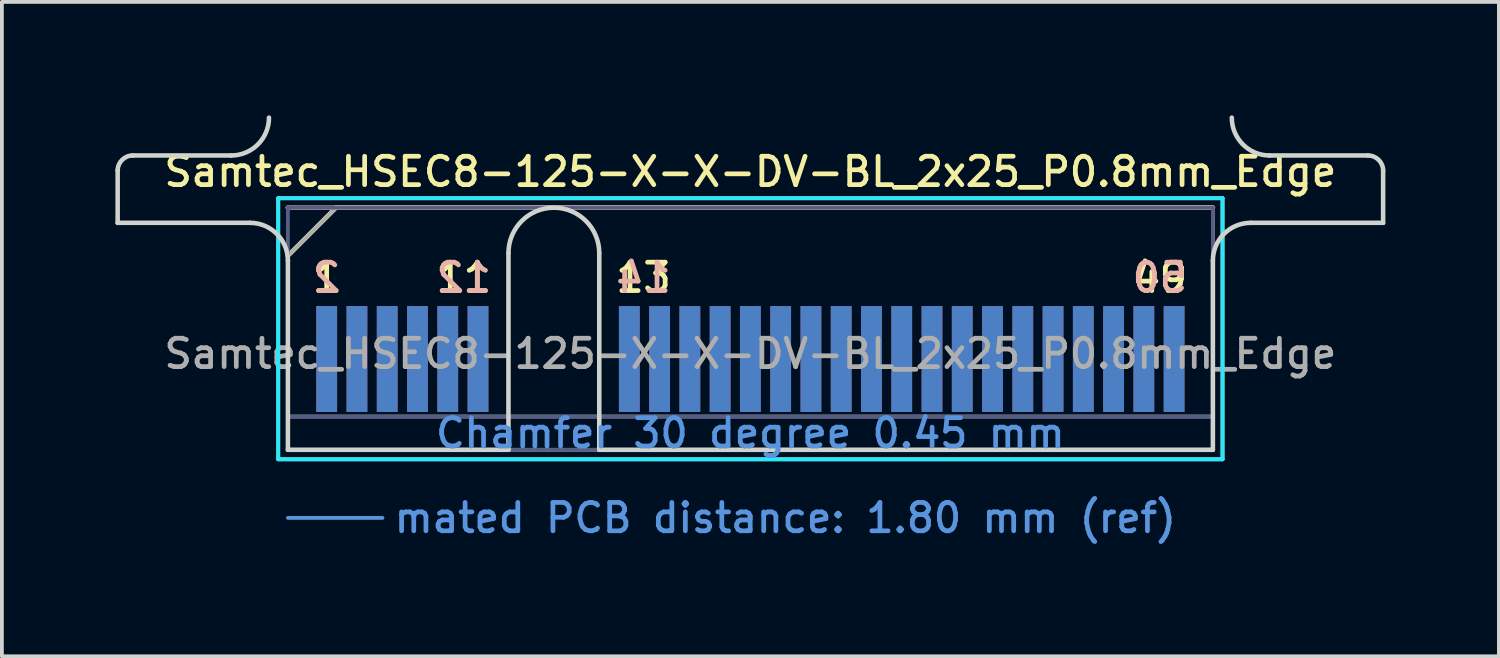
<source format=kicad_pcb>
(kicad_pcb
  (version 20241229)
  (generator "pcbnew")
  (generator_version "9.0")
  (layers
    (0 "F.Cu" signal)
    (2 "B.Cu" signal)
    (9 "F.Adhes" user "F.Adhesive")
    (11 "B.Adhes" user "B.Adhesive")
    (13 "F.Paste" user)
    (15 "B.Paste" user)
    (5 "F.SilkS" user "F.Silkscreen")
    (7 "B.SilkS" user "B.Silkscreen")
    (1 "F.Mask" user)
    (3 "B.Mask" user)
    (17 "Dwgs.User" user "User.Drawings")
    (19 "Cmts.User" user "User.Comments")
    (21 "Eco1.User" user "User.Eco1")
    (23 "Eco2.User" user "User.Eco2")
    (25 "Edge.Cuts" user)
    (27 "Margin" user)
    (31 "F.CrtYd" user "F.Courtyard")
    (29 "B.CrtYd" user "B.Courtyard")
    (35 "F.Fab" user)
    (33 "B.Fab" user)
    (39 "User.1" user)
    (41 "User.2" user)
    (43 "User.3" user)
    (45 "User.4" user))
  (footprint "Samtec_HSEC8-125-X-X-DV-BL_2x25_P0.8mm_Edge"
    (layer "F.Cu")
    (at 16.785 8.84)
    (property "Reference" "Samtec_HSEC8-125-X-X-DV-BL_2x25_P0.8mm_Edge" (at 0 -7.35 0) (layer "F.SilkS") (effects (font (size 0.75 0.75) (thickness 0.125))))
    (attr exclude_from_pos_files exclude_from_bom)
    (fp_line (start -12.48 -6.65) (end -12.48 0.25) (stroke (width 0.1) (type solid)) (layer "F.SilkS"))
    (fp_line (start -12.48 0.25) (end 12.48 0.25) (stroke (width 0.1) (type solid)) (layer "F.SilkS"))
    (fp_line (start -12.225 -5.13) (end -10.955 -6.4) (stroke (width 0.12) (type solid)) (layer "F.SilkS"))
    (fp_line (start -10.955 -6.4) (end 12.225 -6.4) (stroke (width 0.12) (type solid)) (layer "F.SilkS"))
    (fp_line (start 12.48 -6.65) (end -12.48 -6.65) (stroke (width 0.1) (type solid)) (layer "F.SilkS"))
    (fp_line (start 12.48 0.25) (end 12.48 -6.65) (stroke (width 0.1) (type solid)) (layer "F.SilkS"))
    (fp_line (start -12.225 -6.4) (end -12.225 -6.4) (stroke (width 0.12) (type solid)) (layer "B.SilkS"))
    (fp_line (start -12.225 -6.4) (end 12.225 -6.4) (stroke (width 0.12) (type solid)) (layer "B.SilkS"))
    (fp_line (start -12.225 1.8) (end -9.725 1.8) (stroke (width 0.1) (type solid)) (layer "Cmts.User"))
    (fp_line (start -16.725 -6) (end -16.725 -7.38) (stroke (width 0.12) (type solid)) (layer "Edge.Cuts"))
    (fp_line (start -16.325 -7.78) (end -13.725 -7.78) (stroke (width 0.12) (type solid)) (layer "Edge.Cuts"))
    (fp_line (start -13.225 -6) (end -16.725 -6) (stroke (width 0.12) (type solid)) (layer "Edge.Cuts"))
    (fp_line (start -12.225 -5) (end -12.225 0) (stroke (width 0.12) (type solid)) (layer "Edge.Cuts"))
    (fp_line (start -12.225 0) (end -6.395 0) (stroke (width 0.12) (type solid)) (layer "Edge.Cuts"))
    (fp_line (start -6.395 0) (end -6.395 -5.2) (stroke (width 0.12) (type solid)) (layer "Edge.Cuts"))
    (fp_line (start -3.995 -5.2) (end -3.995 0) (stroke (width 0.12) (type solid)) (layer "Edge.Cuts"))
    (fp_line (start -3.995 0) (end 12.225 0) (stroke (width 0.12) (type solid)) (layer "Edge.Cuts"))
    (fp_line (start 12.225 0) (end 12.225 -5) (stroke (width 0.12) (type solid)) (layer "Edge.Cuts"))
    (fp_line (start 13.225 -6) (end 16.725 -6) (stroke (width 0.12) (type solid)) (layer "Edge.Cuts"))
    (fp_line (start 16.325 -7.78) (end 13.725 -7.78) (stroke (width 0.12) (type solid)) (layer "Edge.Cuts"))
    (fp_line (start 16.725 -6) (end 16.725 -7.38) (stroke (width 0.12) (type solid)) (layer "Edge.Cuts"))
    (fp_arc (start -16.725 -7.38) (mid -16.607843 -7.662843) (end -16.325 -7.78) (stroke (width 0.12) (type solid)) (layer "Edge.Cuts"))
    (fp_arc (start -13.225 -6) (mid -12.517893 -5.707107) (end -12.225 -5) (stroke (width 0.12) (type solid)) (layer "Edge.Cuts"))
    (fp_arc (start -12.725 -8.78) (mid -13.017893 -8.072893) (end -13.725 -7.78) (stroke (width 0.12) (type solid)) (layer "Edge.Cuts"))
    (fp_arc (start -6.395 -5.2) (mid -5.195 -6.4) (end -3.995 -5.2) (stroke (width 0.12) (type solid)) (layer "Edge.Cuts"))
    (fp_arc (start 12.225 -5) (mid 12.517893 -5.707107) (end 13.225 -6) (stroke (width 0.12) (type solid)) (layer "Edge.Cuts"))
    (fp_arc (start 13.725 -7.78) (mid 13.017893 -8.072893) (end 12.725 -8.78) (stroke (width 0.12) (type solid)) (layer "Edge.Cuts"))
    (fp_arc (start 16.325 -7.78) (mid 16.607843 -7.662843) (end 16.725 -7.38) (stroke (width 0.12) (type solid)) (layer "Edge.Cuts"))
    (fp_line (start -12.48 -6.65) (end -12.48 0.25) (stroke (width 0.1) (type solid)) (layer "B.CrtYd"))
    (fp_line (start -12.48 0.25) (end 12.48 0.25) (stroke (width 0.1) (type solid)) (layer "B.CrtYd"))
    (fp_line (start 12.48 -6.65) (end -12.48 -6.65) (stroke (width 0.1) (type solid)) (layer "B.CrtYd"))
    (fp_line (start 12.48 0.25) (end 12.48 -6.65) (stroke (width 0.1) (type solid)) (layer "B.CrtYd"))
    (fp_line (start -12.225 -6.4) (end -12.225 -6.4) (stroke (width 0.1) (type solid)) (layer "B.Fab"))
    (fp_line (start -12.225 -6.4) (end -12.225 0) (stroke (width 0.1) (type solid)) (layer "B.Fab"))
    (fp_line (start -12.225 -6.4) (end 12.225 -6.4) (stroke (width 0.1) (type solid)) (layer "B.Fab"))
    (fp_line (start -12.225 -0.88) (end 12.225 -0.88) (stroke (width 0.1) (type solid)) (layer "B.Fab"))
    (fp_line (start -12.225 0) (end 12.225 0) (stroke (width 0.1) (type solid)) (layer "B.Fab"))
    (fp_line (start 12.225 -6.4) (end 12.225 0) (stroke (width 0.1) (type solid)) (layer "B.Fab"))
    (fp_line (start -12.225 -5.13) (end -12.225 0) (stroke (width 0.1) (type solid)) (layer "F.Fab"))
    (fp_line (start -12.225 -5.13) (end -10.955 -6.4) (stroke (width 0.1) (type solid)) (layer "F.Fab"))
    (fp_line (start -12.225 -0.88) (end 12.225 -0.88) (stroke (width 0.1) (type solid)) (layer "F.Fab"))
    (fp_line (start -12.225 0) (end 12.225 0) (stroke (width 0.1) (type solid)) (layer "F.Fab"))
    (fp_line (start -10.955 -6.4) (end 12.225 -6.4) (stroke (width 0.1) (type solid)) (layer "F.Fab"))
    (fp_line (start 12.225 -6.4) (end 12.225 0) (stroke (width 0.1) (type solid)) (layer "F.Fab"))
    (fp_text user "13" (at -2.825 -4.55 0) (layer "F.SilkS") (effects (font (size 0.75 0.75) (thickness 0.125))))
    (fp_text user "1" (at -11.2 -4.55 0) (layer "F.SilkS") (effects (font (size 0.75 0.75) (thickness 0.125))))
    (fp_text user "49" (at 10.825 -4.55 0) (layer "F.SilkS") (effects (font (size 0.75 0.75) (thickness 0.125))))
    (fp_text user "11" (at -7.575 -4.55 0) (layer "F.SilkS") (effects (font (size 0.75 0.75) (thickness 0.125))))
    (fp_text user "14" (at -2.825 -4.55 0) (layer "B.SilkS") (effects (font (size 0.75 0.75) (thickness 0.125)) (justify mirror)))
    (fp_text user "12" (at -7.575 -4.55 0) (layer "B.SilkS") (effects (font (size 0.75 0.75) (thickness 0.125)) (justify mirror)))
    (fp_text user "50" (at 10.825 -4.55 0) (layer "B.SilkS") (effects (font (size 0.75 0.75) (thickness 0.125)) (justify mirror)))
    (fp_text user "2" (at -11.2 -4.55 0) (layer "B.SilkS") (effects (font (size 0.75 0.75) (thickness 0.125)) (justify mirror)))
    (fp_text user "mated PCB distance: 1.80 mm (ref)" (at -9.48 1.8 0) (layer "Cmts.User") (effects (font (size 0.75 0.75) (thickness 0.125)) (justify left)))
    (fp_text user "Chamfer 30 degree 0.45 mm" (at 0 -0.44 0) (layer "Cmts.User") (effects (font (size 0.75 0.75) (thickness 0.125))))
    (fp_text user "${REFERENCE}" (at 0 -2.54 0) (layer "F.Fab") (effects (font (size 0.75 0.75) (thickness 0.125))))
    (pad "1" connect rect (at -11.2 -2.4) (size 0.55 2.8) (layers "F.Cu" "F.Mask"))
    (pad "2" connect rect (at -11.2 -2.4) (size 0.55 2.8) (layers "B.Cu" "B.Mask"))
    (pad "3" connect rect (at -10.4 -2.4) (size 0.55 2.8) (layers "F.Cu" "F.Mask"))
    (pad "4" connect rect (at -10.4 -2.4) (size 0.55 2.8) (layers "B.Cu" "B.Mask"))
    (pad "5" connect rect (at -9.6 -2.4) (size 0.55 2.8) (layers "F.Cu" "F.Mask"))
    (pad "6" connect rect (at -9.6 -2.4) (size 0.55 2.8) (layers "B.Cu" "B.Mask"))
    (pad "7" connect rect (at -8.8 -2.4) (size 0.55 2.8) (layers "F.Cu" "F.Mask"))
    (pad "8" connect rect (at -8.8 -2.4) (size 0.55 2.8) (layers "B.Cu" "B.Mask"))
    (pad "9" connect rect (at -8 -2.4) (size 0.55 2.8) (layers "F.Cu" "F.Mask"))
    (pad "10" connect rect (at -8 -2.4) (size 0.55 2.8) (layers "B.Cu" "B.Mask"))
    (pad "11" connect rect (at -7.2 -2.4) (size 0.55 2.8) (layers "F.Cu" "F.Mask"))
    (pad "12" connect rect (at -7.2 -2.4) (size 0.55 2.8) (layers "B.Cu" "B.Mask"))
    (pad "13" connect rect (at -3.2 -2.4) (size 0.55 2.8) (layers "F.Cu" "F.Mask"))
    (pad "14" connect rect (at -3.2 -2.4) (size 0.55 2.8) (layers "B.Cu" "B.Mask"))
    (pad "15" connect rect (at -2.4 -2.4) (size 0.55 2.8) (layers "F.Cu" "F.Mask"))
    (pad "16" connect rect (at -2.4 -2.4) (size 0.55 2.8) (layers "B.Cu" "B.Mask"))
    (pad "17" connect rect (at -1.6 -2.4) (size 0.55 2.8) (layers "F.Cu" "F.Mask"))
    (pad "18" connect rect (at -1.6 -2.4) (size 0.55 2.8) (layers "B.Cu" "B.Mask"))
    (pad "19" connect rect (at -0.8 -2.4) (size 0.55 2.8) (layers "F.Cu" "F.Mask"))
    (pad "20" connect rect (at -0.8 -2.4) (size 0.55 2.8) (layers "B.Cu" "B.Mask"))
    (pad "21" connect rect (at 0 -2.4) (size 0.55 2.8) (layers "F.Cu" "F.Mask"))
    (pad "22" connect rect (at 0 -2.4) (size 0.55 2.8) (layers "B.Cu" "B.Mask"))
    (pad "23" connect rect (at 0.8 -2.4) (size 0.55 2.8) (layers "F.Cu" "F.Mask"))
    (pad "24" connect rect (at 0.8 -2.4) (size 0.55 2.8) (layers "B.Cu" "B.Mask"))
    (pad "25" connect rect (at 1.6 -2.4) (size 0.55 2.8) (layers "F.Cu" "F.Mask"))
    (pad "26" connect rect (at 1.6 -2.4) (size 0.55 2.8) (layers "B.Cu" "B.Mask"))
    (pad "27" connect rect (at 2.4 -2.4) (size 0.55 2.8) (layers "F.Cu" "F.Mask"))
    (pad "28" connect rect (at 2.4 -2.4) (size 0.55 2.8) (layers "B.Cu" "B.Mask"))
    (pad "29" connect rect (at 3.2 -2.4) (size 0.55 2.8) (layers "F.Cu" "F.Mask"))
    (pad "30" connect rect (at 3.2 -2.4) (size 0.55 2.8) (layers "B.Cu" "B.Mask"))
    (pad "31" connect rect (at 4 -2.4) (size 0.55 2.8) (layers "F.Cu" "F.Mask"))
    (pad "32" connect rect (at 4 -2.4) (size 0.55 2.8) (layers "B.Cu" "B.Mask"))
    (pad "33" connect rect (at 4.8 -2.4) (size 0.55 2.8) (layers "F.Cu" "F.Mask"))
    (pad "34" connect rect (at 4.8 -2.4) (size 0.55 2.8) (layers "B.Cu" "B.Mask"))
    (pad "35" connect rect (at 5.6 -2.4) (size 0.55 2.8) (layers "F.Cu" "F.Mask"))
    (pad "36" connect rect (at 5.6 -2.4) (size 0.55 2.8) (layers "B.Cu" "B.Mask"))
    (pad "37" connect rect (at 6.4 -2.4) (size 0.55 2.8) (layers "F.Cu" "F.Mask"))
    (pad "38" connect rect (at 6.4 -2.4) (size 0.55 2.8) (layers "B.Cu" "B.Mask"))
    (pad "39" connect rect (at 7.2 -2.4) (size 0.55 2.8) (layers "F.Cu" "F.Mask"))
    (pad "40" connect rect (at 7.2 -2.4) (size 0.55 2.8) (layers "B.Cu" "B.Mask"))
    (pad "41" connect rect (at 8 -2.4) (size 0.55 2.8) (layers "F.Cu" "F.Mask"))
    (pad "42" connect rect (at 8 -2.4) (size 0.55 2.8) (layers "B.Cu" "B.Mask"))
    (pad "43" connect rect (at 8.8 -2.4) (size 0.55 2.8) (layers "F.Cu" "F.Mask"))
    (pad "44" connect rect (at 8.8 -2.4) (size 0.55 2.8) (layers "B.Cu" "B.Mask"))
    (pad "45" connect rect (at 9.6 -2.4) (size 0.55 2.8) (layers "F.Cu" "F.Mask"))
    (pad "46" connect rect (at 9.6 -2.4) (size 0.55 2.8) (layers "B.Cu" "B.Mask"))
    (pad "47" connect rect (at 10.4 -2.4) (size 0.55 2.8) (layers "F.Cu" "F.Mask"))
    (pad "48" connect rect (at 10.4 -2.4) (size 0.55 2.8) (layers "B.Cu" "B.Mask"))
    (pad "49" connect rect (at 11.2 -2.4) (size 0.55 2.8) (layers "F.Cu" "F.Mask"))
    (pad "50" connect rect (at 11.2 -2.4) (size 0.55 2.8) (layers "B.Cu" "B.Mask")))
  (gr_rect
    (start -3 -3)
    (end 36.57 14.298)
    (stroke (width 0.1) (type default))
    (fill no)
    (layer "Edge.Cuts")))
</source>
